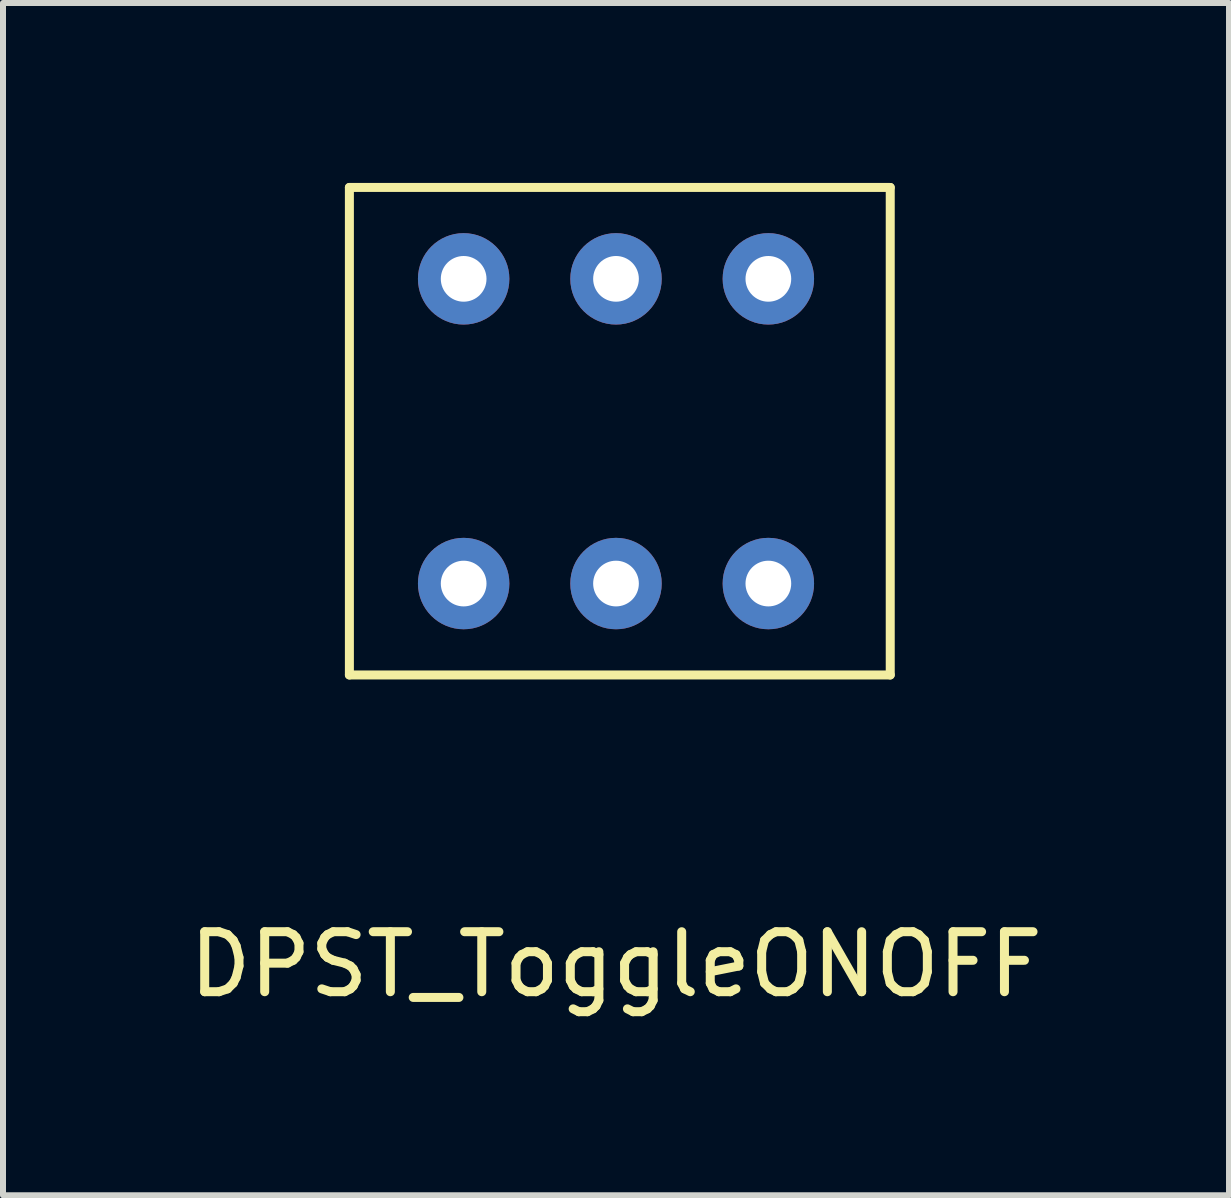
<source format=kicad_pcb>
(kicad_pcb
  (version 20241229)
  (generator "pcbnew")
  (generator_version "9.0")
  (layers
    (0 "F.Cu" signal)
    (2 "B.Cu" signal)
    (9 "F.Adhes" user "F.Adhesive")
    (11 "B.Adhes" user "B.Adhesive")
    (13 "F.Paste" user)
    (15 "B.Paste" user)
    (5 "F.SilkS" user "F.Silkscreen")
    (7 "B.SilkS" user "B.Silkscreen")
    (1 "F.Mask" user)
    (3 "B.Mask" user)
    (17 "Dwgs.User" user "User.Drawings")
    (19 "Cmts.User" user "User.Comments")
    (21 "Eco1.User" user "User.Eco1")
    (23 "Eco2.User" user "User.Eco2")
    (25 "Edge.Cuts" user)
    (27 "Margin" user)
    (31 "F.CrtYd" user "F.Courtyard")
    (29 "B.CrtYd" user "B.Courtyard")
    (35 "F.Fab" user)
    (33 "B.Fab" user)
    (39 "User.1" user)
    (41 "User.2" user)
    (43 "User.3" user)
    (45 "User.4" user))
  (footprint "DPST_ToggleONOFF"
    (layer "F.Cu")
    (at 7.22 4.139)
    (property "Reference" "DPST_ToggleONOFF" (at 0 8.89 0) (layer "F.SilkS") (effects (font (size 1 1) (thickness 0.15))))
    (attr through_hole)
    (fp_line (start -4.445 -4.064) (end 4.572 -4.064) (stroke (width 0.15) (type solid)) (layer "F.SilkS"))
    (fp_line (start -4.445 4.064) (end -4.445 -4.064) (stroke (width 0.15) (type solid)) (layer "F.SilkS"))
    (fp_line (start -4.445 4.064) (end 4.572 4.064) (stroke (width 0.15) (type solid)) (layer "F.SilkS"))
    (fp_line (start 4.572 -4.064) (end 4.572 4.064) (stroke (width 0.15) (type solid)) (layer "F.SilkS"))
    (pad "1" thru_hole circle (at -2.54 -2.54) (size 1.524 1.524) (drill 0.762) (layers "*.Cu" "*.Mask"))
    (pad "2" thru_hole circle (at 0 -2.54) (size 1.524 1.524) (drill 0.762) (layers "*.Cu" "*.Mask"))
    (pad "3" thru_hole circle (at 2.54 -2.54) (size 1.524 1.524) (drill 0.762) (layers "*.Cu" "*.Mask"))
    (pad "4" thru_hole circle (at -2.54 2.54) (size 1.524 1.524) (drill 0.762) (layers "*.Cu" "*.Mask"))
    (pad "5" thru_hole circle (at 0 2.54) (size 1.524 1.524) (drill 0.762) (layers "*.Cu" "*.Mask"))
    (pad "6" thru_hole circle (at 2.54 2.54) (size 1.524 1.524) (drill 0.762) (layers "*.Cu" "*.Mask")))
  (gr_rect
    (start -3 -3)
    (end 17.44 16.877)
    (stroke (width 0.1) (type default))
    (fill no)
    (layer "Edge.Cuts")))
</source>
